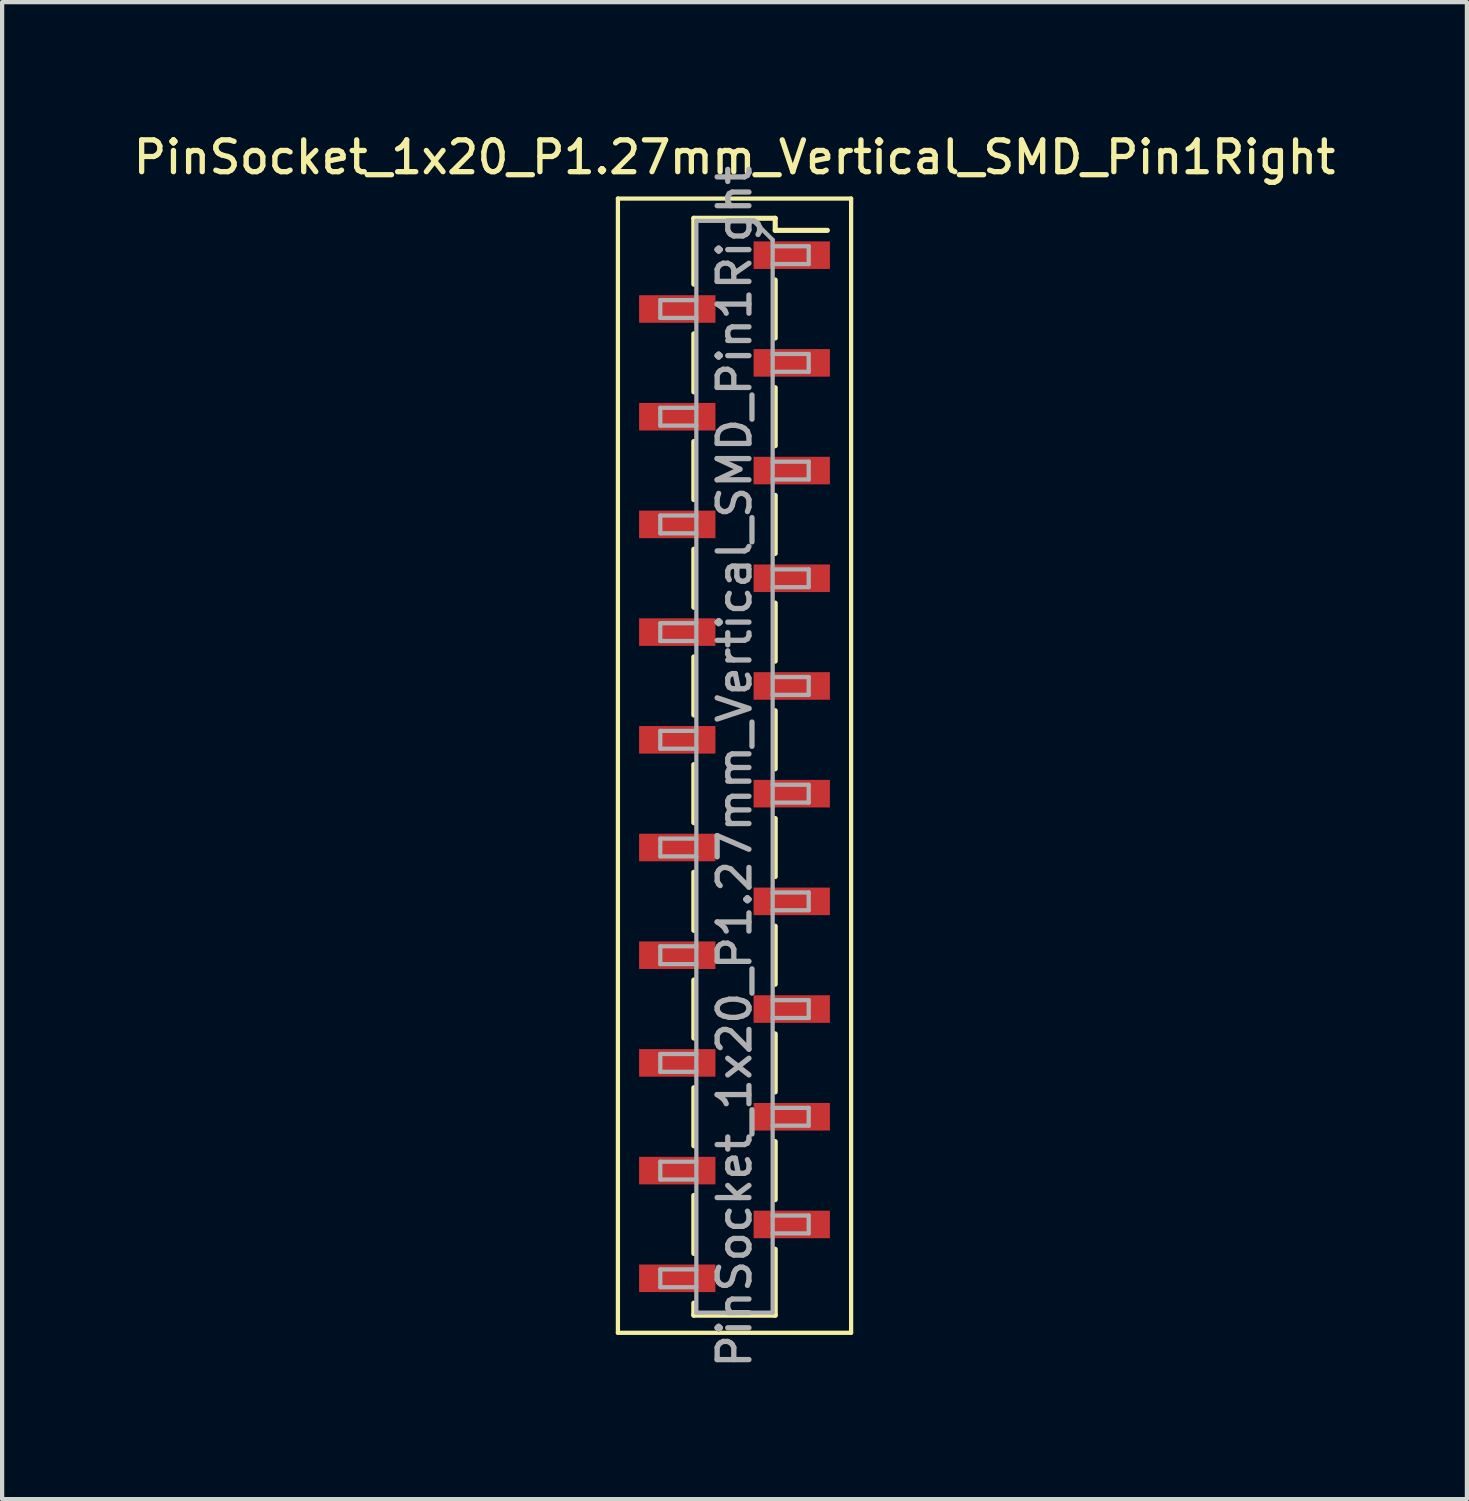
<source format=kicad_pcb>
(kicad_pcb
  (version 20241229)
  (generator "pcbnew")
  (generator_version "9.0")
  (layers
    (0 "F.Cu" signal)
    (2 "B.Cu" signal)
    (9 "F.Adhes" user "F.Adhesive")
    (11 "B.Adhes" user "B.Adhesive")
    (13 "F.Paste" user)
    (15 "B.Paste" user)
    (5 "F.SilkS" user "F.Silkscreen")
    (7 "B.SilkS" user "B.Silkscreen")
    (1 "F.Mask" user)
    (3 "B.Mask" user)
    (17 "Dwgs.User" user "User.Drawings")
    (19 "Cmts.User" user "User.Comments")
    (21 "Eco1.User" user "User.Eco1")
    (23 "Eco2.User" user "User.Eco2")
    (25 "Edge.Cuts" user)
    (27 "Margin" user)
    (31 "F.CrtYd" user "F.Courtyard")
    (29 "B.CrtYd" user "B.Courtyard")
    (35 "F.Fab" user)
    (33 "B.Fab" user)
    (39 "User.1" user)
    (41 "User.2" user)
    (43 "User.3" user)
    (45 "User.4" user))
  (footprint "PinSocket_1x20_P1.27mm_Vertical_SMD_Pin1Right"
    (layer "F.Cu")
    (at 14.273 15.033)
    (property "Reference" "PinSocket_1x20_P1.27mm_Vertical_SMD_Pin1Right" (at 0 -14.375 0) (layer "F.SilkS") (effects (font (size 0.75 0.75) (thickness 0.125))))
    (attr smd)
    (fp_line (start -2.75 -13.4) (end 2.75 -13.4) (stroke (width 0.1) (type solid)) (layer "F.SilkS"))
    (fp_line (start -2.75 13.35) (end -2.75 -13.4) (stroke (width 0.1) (type solid)) (layer "F.SilkS"))
    (fp_line (start -0.96 -12.935) (end -0.96 -11.38) (stroke (width 0.12) (type solid)) (layer "F.SilkS"))
    (fp_line (start -0.96 -12.935) (end 0.96 -12.935) (stroke (width 0.12) (type solid)) (layer "F.SilkS"))
    (fp_line (start -0.96 -10.21) (end -0.96 -8.84) (stroke (width 0.12) (type solid)) (layer "F.SilkS"))
    (fp_line (start -0.96 -7.67) (end -0.96 -6.3) (stroke (width 0.12) (type solid)) (layer "F.SilkS"))
    (fp_line (start -0.96 -5.13) (end -0.96 -3.76) (stroke (width 0.12) (type solid)) (layer "F.SilkS"))
    (fp_line (start -0.96 -2.59) (end -0.96 -1.22) (stroke (width 0.12) (type solid)) (layer "F.SilkS"))
    (fp_line (start -0.96 -0.05) (end -0.96 1.32) (stroke (width 0.12) (type solid)) (layer "F.SilkS"))
    (fp_line (start -0.96 2.49) (end -0.96 3.86) (stroke (width 0.12) (type solid)) (layer "F.SilkS"))
    (fp_line (start -0.96 5.03) (end -0.96 6.4) (stroke (width 0.12) (type solid)) (layer "F.SilkS"))
    (fp_line (start -0.96 7.57) (end -0.96 8.94) (stroke (width 0.12) (type solid)) (layer "F.SilkS"))
    (fp_line (start -0.96 10.11) (end -0.96 11.48) (stroke (width 0.12) (type solid)) (layer "F.SilkS"))
    (fp_line (start -0.96 12.65) (end -0.96 12.935) (stroke (width 0.12) (type solid)) (layer "F.SilkS"))
    (fp_line (start -0.96 12.935) (end 0.96 12.935) (stroke (width 0.12) (type solid)) (layer "F.SilkS"))
    (fp_line (start 0.96 -12.935) (end 0.96 -12.65) (stroke (width 0.12) (type solid)) (layer "F.SilkS"))
    (fp_line (start 0.96 -12.65) (end 2.19 -12.65) (stroke (width 0.12) (type solid)) (layer "F.SilkS"))
    (fp_line (start 0.96 -11.48) (end 0.96 -10.11) (stroke (width 0.12) (type solid)) (layer "F.SilkS"))
    (fp_line (start 0.96 -8.94) (end 0.96 -7.57) (stroke (width 0.12) (type solid)) (layer "F.SilkS"))
    (fp_line (start 0.96 -6.4) (end 0.96 -5.03) (stroke (width 0.12) (type solid)) (layer "F.SilkS"))
    (fp_line (start 0.96 -3.86) (end 0.96 -2.49) (stroke (width 0.12) (type solid)) (layer "F.SilkS"))
    (fp_line (start 0.96 -1.32) (end 0.96 0.05) (stroke (width 0.12) (type solid)) (layer "F.SilkS"))
    (fp_line (start 0.96 1.22) (end 0.96 2.59) (stroke (width 0.12) (type solid)) (layer "F.SilkS"))
    (fp_line (start 0.96 3.76) (end 0.96 5.13) (stroke (width 0.12) (type solid)) (layer "F.SilkS"))
    (fp_line (start 0.96 6.3) (end 0.96 7.67) (stroke (width 0.12) (type solid)) (layer "F.SilkS"))
    (fp_line (start 0.96 8.84) (end 0.96 10.21) (stroke (width 0.12) (type solid)) (layer "F.SilkS"))
    (fp_line (start 0.96 11.38) (end 0.96 12.935) (stroke (width 0.12) (type solid)) (layer "F.SilkS"))
    (fp_line (start 2.75 -13.4) (end 2.75 13.35) (stroke (width 0.1) (type solid)) (layer "F.SilkS"))
    (fp_line (start 2.75 13.35) (end -2.75 13.35) (stroke (width 0.1) (type solid)) (layer "F.SilkS"))
    (fp_line (start -1.75 -11.005) (end -0.9 -11.005) (stroke (width 0.1) (type solid)) (layer "F.Fab"))
    (fp_line (start -1.75 -10.585) (end -1.75 -11.005) (stroke (width 0.1) (type solid)) (layer "F.Fab"))
    (fp_line (start -1.75 -8.465) (end -0.9 -8.465) (stroke (width 0.1) (type solid)) (layer "F.Fab"))
    (fp_line (start -1.75 -8.045) (end -1.75 -8.465) (stroke (width 0.1) (type solid)) (layer "F.Fab"))
    (fp_line (start -1.75 -5.925) (end -0.9 -5.925) (stroke (width 0.1) (type solid)) (layer "F.Fab"))
    (fp_line (start -1.75 -5.505) (end -1.75 -5.925) (stroke (width 0.1) (type solid)) (layer "F.Fab"))
    (fp_line (start -1.75 -3.385) (end -0.9 -3.385) (stroke (width 0.1) (type solid)) (layer "F.Fab"))
    (fp_line (start -1.75 -2.965) (end -1.75 -3.385) (stroke (width 0.1) (type solid)) (layer "F.Fab"))
    (fp_line (start -1.75 -0.845) (end -0.9 -0.845) (stroke (width 0.1) (type solid)) (layer "F.Fab"))
    (fp_line (start -1.75 -0.425) (end -1.75 -0.845) (stroke (width 0.1) (type solid)) (layer "F.Fab"))
    (fp_line (start -1.75 1.695) (end -0.9 1.695) (stroke (width 0.1) (type solid)) (layer "F.Fab"))
    (fp_line (start -1.75 2.115) (end -1.75 1.695) (stroke (width 0.1) (type solid)) (layer "F.Fab"))
    (fp_line (start -1.75 4.235) (end -0.9 4.235) (stroke (width 0.1) (type solid)) (layer "F.Fab"))
    (fp_line (start -1.75 4.655) (end -1.75 4.235) (stroke (width 0.1) (type solid)) (layer "F.Fab"))
    (fp_line (start -1.75 6.775) (end -0.9 6.775) (stroke (width 0.1) (type solid)) (layer "F.Fab"))
    (fp_line (start -1.75 7.195) (end -1.75 6.775) (stroke (width 0.1) (type solid)) (layer "F.Fab"))
    (fp_line (start -1.75 9.315) (end -0.9 9.315) (stroke (width 0.1) (type solid)) (layer "F.Fab"))
    (fp_line (start -1.75 9.735) (end -1.75 9.315) (stroke (width 0.1) (type solid)) (layer "F.Fab"))
    (fp_line (start -1.75 11.855) (end -0.9 11.855) (stroke (width 0.1) (type solid)) (layer "F.Fab"))
    (fp_line (start -1.75 12.275) (end -1.75 11.855) (stroke (width 0.1) (type solid)) (layer "F.Fab"))
    (fp_line (start -0.9 -12.875) (end 0.45 -12.875) (stroke (width 0.1) (type solid)) (layer "F.Fab"))
    (fp_line (start -0.9 -10.585) (end -1.75 -10.585) (stroke (width 0.1) (type solid)) (layer "F.Fab"))
    (fp_line (start -0.9 -8.045) (end -1.75 -8.045) (stroke (width 0.1) (type solid)) (layer "F.Fab"))
    (fp_line (start -0.9 -5.505) (end -1.75 -5.505) (stroke (width 0.1) (type solid)) (layer "F.Fab"))
    (fp_line (start -0.9 -2.965) (end -1.75 -2.965) (stroke (width 0.1) (type solid)) (layer "F.Fab"))
    (fp_line (start -0.9 -0.425) (end -1.75 -0.425) (stroke (width 0.1) (type solid)) (layer "F.Fab"))
    (fp_line (start -0.9 2.115) (end -1.75 2.115) (stroke (width 0.1) (type solid)) (layer "F.Fab"))
    (fp_line (start -0.9 4.655) (end -1.75 4.655) (stroke (width 0.1) (type solid)) (layer "F.Fab"))
    (fp_line (start -0.9 7.195) (end -1.75 7.195) (stroke (width 0.1) (type solid)) (layer "F.Fab"))
    (fp_line (start -0.9 9.735) (end -1.75 9.735) (stroke (width 0.1) (type solid)) (layer "F.Fab"))
    (fp_line (start -0.9 12.275) (end -1.75 12.275) (stroke (width 0.1) (type solid)) (layer "F.Fab"))
    (fp_line (start -0.9 12.875) (end -0.9 -12.875) (stroke (width 0.1) (type solid)) (layer "F.Fab"))
    (fp_line (start 0.45 -12.875) (end 0.9 -12.425) (stroke (width 0.1) (type solid)) (layer "F.Fab"))
    (fp_line (start 0.9 -12.425) (end 0.9 12.875) (stroke (width 0.1) (type solid)) (layer "F.Fab"))
    (fp_line (start 0.9 -12.275) (end 1.75 -12.275) (stroke (width 0.1) (type solid)) (layer "F.Fab"))
    (fp_line (start 0.9 -9.735) (end 1.75 -9.735) (stroke (width 0.1) (type solid)) (layer "F.Fab"))
    (fp_line (start 0.9 -7.195) (end 1.75 -7.195) (stroke (width 0.1) (type solid)) (layer "F.Fab"))
    (fp_line (start 0.9 -4.655) (end 1.75 -4.655) (stroke (width 0.1) (type solid)) (layer "F.Fab"))
    (fp_line (start 0.9 -2.115) (end 1.75 -2.115) (stroke (width 0.1) (type solid)) (layer "F.Fab"))
    (fp_line (start 0.9 0.425) (end 1.75 0.425) (stroke (width 0.1) (type solid)) (layer "F.Fab"))
    (fp_line (start 0.9 2.965) (end 1.75 2.965) (stroke (width 0.1) (type solid)) (layer "F.Fab"))
    (fp_line (start 0.9 5.505) (end 1.75 5.505) (stroke (width 0.1) (type solid)) (layer "F.Fab"))
    (fp_line (start 0.9 8.045) (end 1.75 8.045) (stroke (width 0.1) (type solid)) (layer "F.Fab"))
    (fp_line (start 0.9 10.585) (end 1.75 10.585) (stroke (width 0.1) (type solid)) (layer "F.Fab"))
    (fp_line (start 0.9 12.875) (end -0.9 12.875) (stroke (width 0.1) (type solid)) (layer "F.Fab"))
    (fp_line (start 1.75 -12.275) (end 1.75 -11.855) (stroke (width 0.1) (type solid)) (layer "F.Fab"))
    (fp_line (start 1.75 -11.855) (end 0.9 -11.855) (stroke (width 0.1) (type solid)) (layer "F.Fab"))
    (fp_line (start 1.75 -9.735) (end 1.75 -9.315) (stroke (width 0.1) (type solid)) (layer "F.Fab"))
    (fp_line (start 1.75 -9.315) (end 0.9 -9.315) (stroke (width 0.1) (type solid)) (layer "F.Fab"))
    (fp_line (start 1.75 -7.195) (end 1.75 -6.775) (stroke (width 0.1) (type solid)) (layer "F.Fab"))
    (fp_line (start 1.75 -6.775) (end 0.9 -6.775) (stroke (width 0.1) (type solid)) (layer "F.Fab"))
    (fp_line (start 1.75 -4.655) (end 1.75 -4.235) (stroke (width 0.1) (type solid)) (layer "F.Fab"))
    (fp_line (start 1.75 -4.235) (end 0.9 -4.235) (stroke (width 0.1) (type solid)) (layer "F.Fab"))
    (fp_line (start 1.75 -2.115) (end 1.75 -1.695) (stroke (width 0.1) (type solid)) (layer "F.Fab"))
    (fp_line (start 1.75 -1.695) (end 0.9 -1.695) (stroke (width 0.1) (type solid)) (layer "F.Fab"))
    (fp_line (start 1.75 0.425) (end 1.75 0.845) (stroke (width 0.1) (type solid)) (layer "F.Fab"))
    (fp_line (start 1.75 0.845) (end 0.9 0.845) (stroke (width 0.1) (type solid)) (layer "F.Fab"))
    (fp_line (start 1.75 2.965) (end 1.75 3.385) (stroke (width 0.1) (type solid)) (layer "F.Fab"))
    (fp_line (start 1.75 3.385) (end 0.9 3.385) (stroke (width 0.1) (type solid)) (layer "F.Fab"))
    (fp_line (start 1.75 5.505) (end 1.75 5.925) (stroke (width 0.1) (type solid)) (layer "F.Fab"))
    (fp_line (start 1.75 5.925) (end 0.9 5.925) (stroke (width 0.1) (type solid)) (layer "F.Fab"))
    (fp_line (start 1.75 8.045) (end 1.75 8.465) (stroke (width 0.1) (type solid)) (layer "F.Fab"))
    (fp_line (start 1.75 8.465) (end 0.9 8.465) (stroke (width 0.1) (type solid)) (layer "F.Fab"))
    (fp_line (start 1.75 10.585) (end 1.75 11.005) (stroke (width 0.1) (type solid)) (layer "F.Fab"))
    (fp_line (start 1.75 11.005) (end 0.9 11.005) (stroke (width 0.1) (type solid)) (layer "F.Fab"))
    (fp_text user "${REFERENCE}" (at 0 0 90) (layer "F.Fab") (effects (font (size 0.75 0.75) (thickness 0.125))))
    (pad "1" smd rect (at 1.35 -12.065) (size 1.8 0.65) (layers "F.Cu" "F.Mask" "F.Paste"))
    (pad "2" smd rect (at -1.35 -10.795) (size 1.8 0.65) (layers "F.Cu" "F.Mask" "F.Paste"))
    (pad "3" smd rect (at 1.35 -9.525) (size 1.8 0.65) (layers "F.Cu" "F.Mask" "F.Paste"))
    (pad "4" smd rect (at -1.35 -8.255) (size 1.8 0.65) (layers "F.Cu" "F.Mask" "F.Paste"))
    (pad "5" smd rect (at 1.35 -6.985) (size 1.8 0.65) (layers "F.Cu" "F.Mask" "F.Paste"))
    (pad "6" smd rect (at -1.35 -5.715) (size 1.8 0.65) (layers "F.Cu" "F.Mask" "F.Paste"))
    (pad "7" smd rect (at 1.35 -4.445) (size 1.8 0.65) (layers "F.Cu" "F.Mask" "F.Paste"))
    (pad "8" smd rect (at -1.35 -3.175) (size 1.8 0.65) (layers "F.Cu" "F.Mask" "F.Paste"))
    (pad "9" smd rect (at 1.35 -1.905) (size 1.8 0.65) (layers "F.Cu" "F.Mask" "F.Paste"))
    (pad "10" smd rect (at -1.35 -0.635) (size 1.8 0.65) (layers "F.Cu" "F.Mask" "F.Paste"))
    (pad "11" smd rect (at 1.35 0.635) (size 1.8 0.65) (layers "F.Cu" "F.Mask" "F.Paste"))
    (pad "12" smd rect (at -1.35 1.905) (size 1.8 0.65) (layers "F.Cu" "F.Mask" "F.Paste"))
    (pad "13" smd rect (at 1.35 3.175) (size 1.8 0.65) (layers "F.Cu" "F.Mask" "F.Paste"))
    (pad "14" smd rect (at -1.35 4.445) (size 1.8 0.65) (layers "F.Cu" "F.Mask" "F.Paste"))
    (pad "15" smd rect (at 1.35 5.715) (size 1.8 0.65) (layers "F.Cu" "F.Mask" "F.Paste"))
    (pad "16" smd rect (at -1.35 6.985) (size 1.8 0.65) (layers "F.Cu" "F.Mask" "F.Paste"))
    (pad "17" smd rect (at 1.35 8.255) (size 1.8 0.65) (layers "F.Cu" "F.Mask" "F.Paste"))
    (pad "18" smd rect (at -1.35 9.525) (size 1.8 0.65) (layers "F.Cu" "F.Mask" "F.Paste"))
    (pad "19" smd rect (at 1.35 10.795) (size 1.8 0.65) (layers "F.Cu" "F.Mask" "F.Paste"))
    (pad "20" smd rect (at -1.35 12.065) (size 1.8 0.65) (layers "F.Cu" "F.Mask" "F.Paste")))
  (gr_rect
    (start -3 -3)
    (end 31.546 32.306)
    (stroke (width 0.1) (type default))
    (fill no)
    (layer "Edge.Cuts")))
</source>
